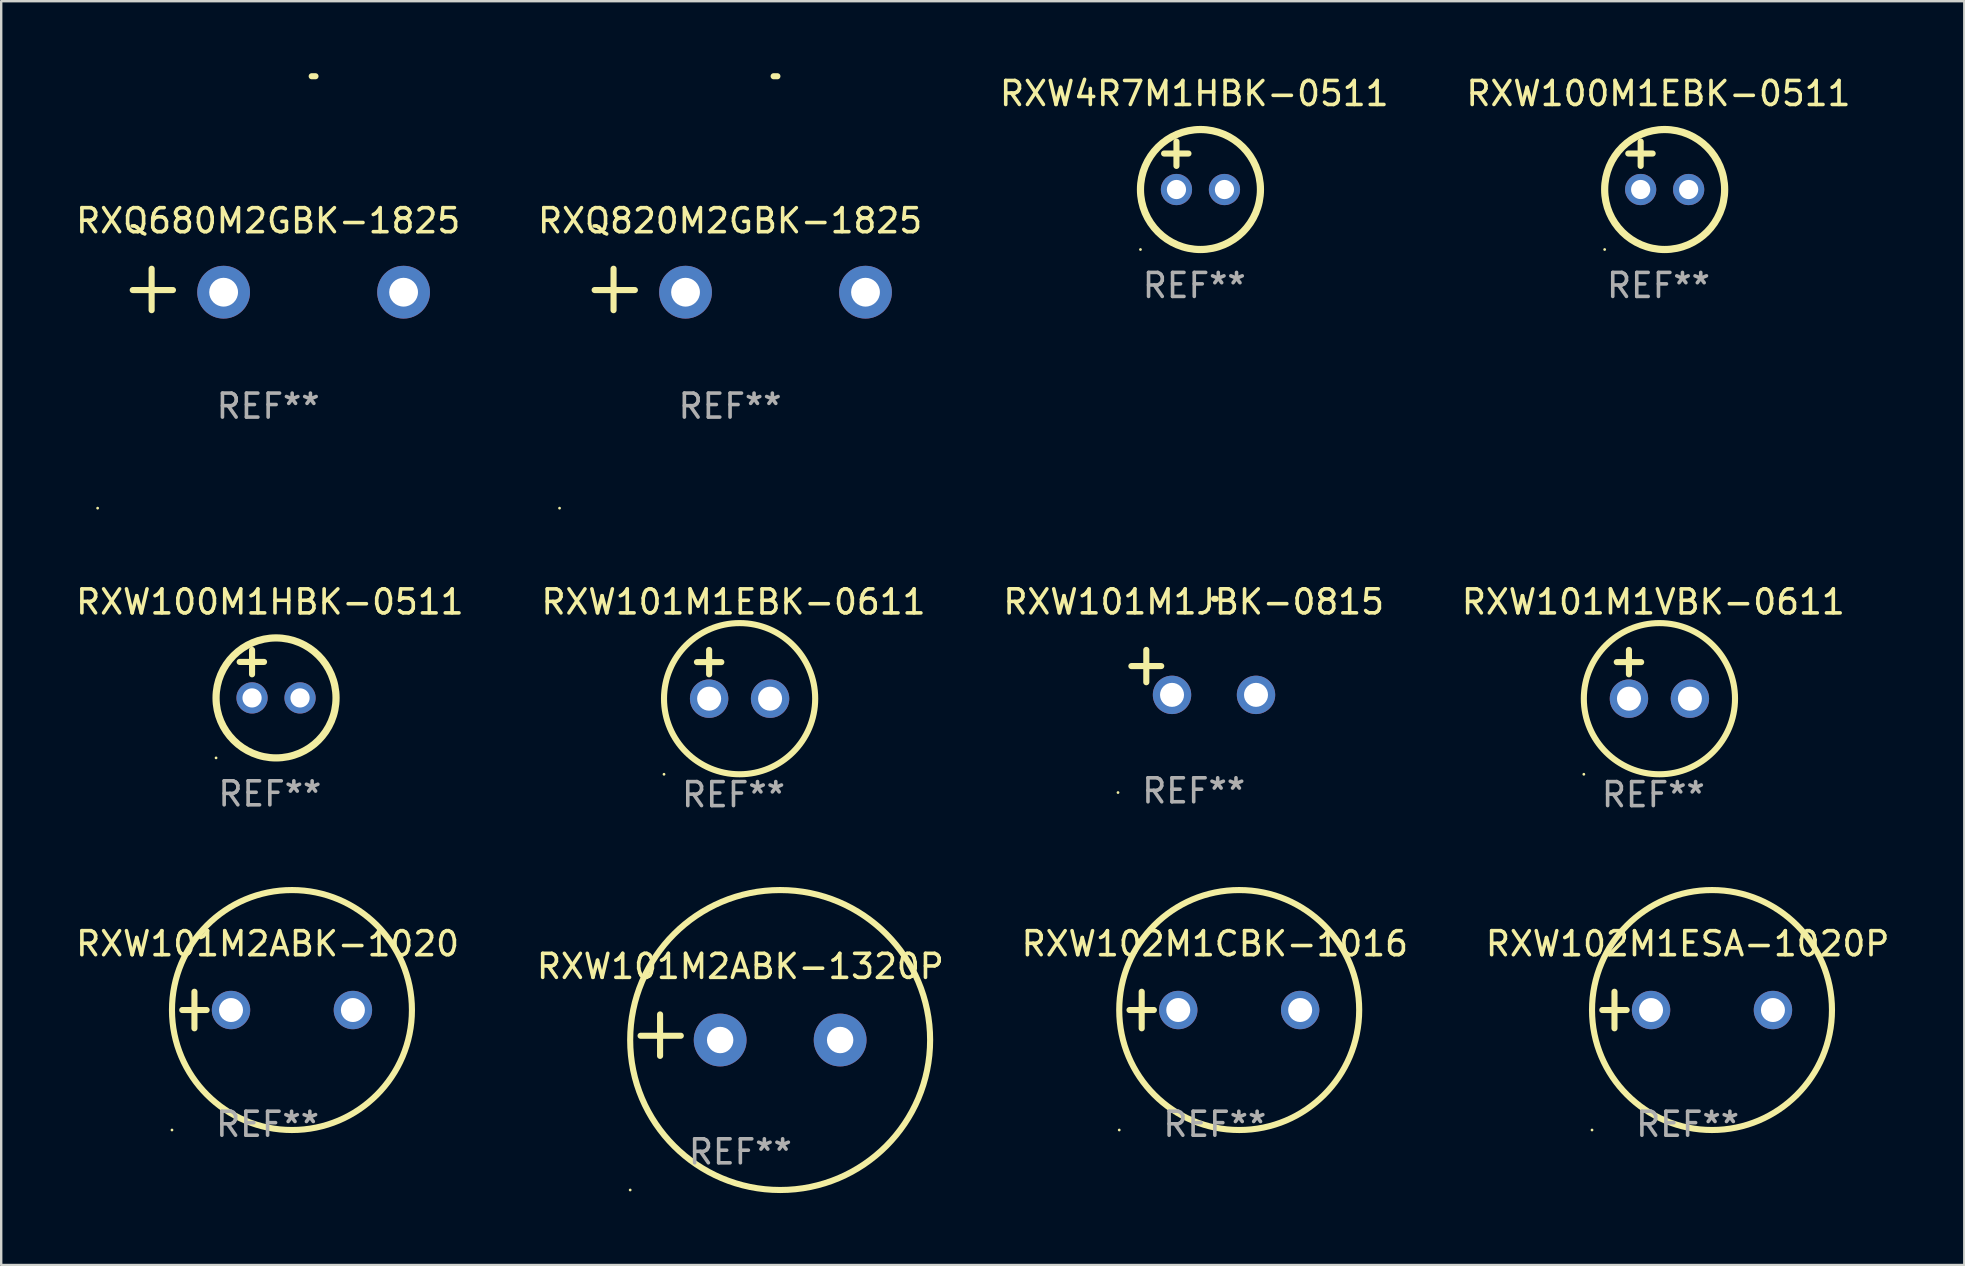
<source format=kicad_pcb>
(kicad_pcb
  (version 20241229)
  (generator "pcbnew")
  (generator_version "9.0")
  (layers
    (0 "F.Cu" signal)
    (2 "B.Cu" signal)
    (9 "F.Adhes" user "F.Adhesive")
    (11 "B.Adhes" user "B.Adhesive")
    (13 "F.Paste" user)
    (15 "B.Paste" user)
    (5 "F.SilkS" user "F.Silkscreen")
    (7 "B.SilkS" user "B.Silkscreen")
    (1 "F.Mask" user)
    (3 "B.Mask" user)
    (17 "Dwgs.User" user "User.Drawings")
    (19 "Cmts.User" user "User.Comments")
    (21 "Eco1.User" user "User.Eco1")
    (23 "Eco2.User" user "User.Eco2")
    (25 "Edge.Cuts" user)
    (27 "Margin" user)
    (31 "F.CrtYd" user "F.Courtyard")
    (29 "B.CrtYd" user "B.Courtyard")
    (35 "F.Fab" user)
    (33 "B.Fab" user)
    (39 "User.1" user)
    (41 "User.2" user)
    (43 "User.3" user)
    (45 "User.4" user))
  (footprint "RXW101M1EBK-0611"
    (layer "F.Cu")
    (at 27.518 25.051)
    (property "Reference" "RXW101M1EBK-0611" (at 0 -3.016 0) (layer "F.SilkS") (effects (font (size 1 1) (thickness 0.15))))
    (attr through_hole)
    (fp_line (start -1.524 -0.508) (end -0.508 -0.508) (stroke (width 0.254) (type solid)) (layer "F.SilkS"))
    (fp_line (start -1.016 -1.016) (end -1.016 0) (stroke (width 0.254) (type solid)) (layer "F.SilkS"))
    (fp_circle (center -2.896 4.166) (end -2.866 4.166) (stroke (width 0.06) (type solid)) (fill no) (layer "F.SilkS"))
    (fp_circle (center 0.254 1.016) (end 3.404 1.016) (stroke (width 0.254) (type solid)) (fill no) (layer "F.SilkS"))
    (fp_text user "REF**" (at 0 5.016 0) (layer "F.Fab") (effects (font (size 1 1) (thickness 0.15))))
    (pad "1" thru_hole circle (at -1.016 1.016) (size 1.6 1.6) (drill 1) (layers "*.Cu" "*.Mask"))
    (pad "2" thru_hole circle (at 1.524 1.016) (size 1.6 1.6) (drill 1) (layers "*.Cu" "*.Mask")))
  (footprint "RXW102M1ESA-1020P"
    (layer "F.Cu")
    (at 67.28 39.042)
    (property "Reference" "RXW102M1ESA-1020P" (at 0 -2.762 0) (layer "F.SilkS") (effects (font (size 1 1) (thickness 0.15))))
    (attr through_hole)
    (fp_line (start -3.556 0) (end -2.54 0) (stroke (width 0.254) (type solid)) (layer "F.SilkS"))
    (fp_line (start -3.048 -0.762) (end -3.048 0.762) (stroke (width 0.254) (type solid)) (layer "F.SilkS"))
    (fp_circle (center -3.984 5) (end -3.954 5) (stroke (width 0.06) (type solid)) (fill no) (layer "F.SilkS"))
    (fp_circle (center 1.016 0) (end 6.016 0) (stroke (width 0.254) (type solid)) (fill no) (layer "F.SilkS"))
    (fp_text user "REF**" (at 0 4.762 0) (layer "F.Fab") (effects (font (size 1 1) (thickness 0.15))))
    (pad "1" thru_hole circle (at -1.524 0) (size 1.6 1.6) (drill 1) (layers "*.Cu" "*.Mask"))
    (pad "2" thru_hole circle (at 3.556 0) (size 1.6 1.6) (drill 1) (layers "*.Cu" "*.Mask")))
  (footprint "RXQ820M2GBK-1825"
    (layer "F.Cu")
    (at 27.375 9.013)
    (property "Reference" "RXQ820M2GBK-1825" (at 0 -2.864 0) (layer "F.SilkS") (effects (font (size 1 1) (thickness 0.15))))
    (attr through_hole)
    (fp_line (start -4.856 0.864) (end -4.856 -0.864) (stroke (width 0.254) (type solid)) (layer "F.SilkS"))
    (fp_line (start -3.967 0.025) (end -5.644 0.025) (stroke (width 0.254) (type solid)) (layer "F.SilkS"))
    (fp_arc (start 1.815024 -8.885649) (mid 1.893764 -8.88599) (end 1.972504 -8.885649) (stroke (width 0.254001) (type solid)) (layer "F.SilkS"))
    (fp_circle (center -7.106 9.114) (end -7.076 9.114) (stroke (width 0.06) (type solid)) (fill no) (layer "F.SilkS"))
    (fp_text user "REF**" (at 0 4.864 0) (layer "F.Fab") (effects (font (size 1 1) (thickness 0.15))))
    (pad "1" thru_hole circle (at -1.856 0.114) (size 2.2 2.2) (drill 1.2) (layers "*.Cu" "*.Mask"))
    (pad "2" thru_hole circle (at 5.644 0.114) (size 2.2 2.2) (drill 1.2) (layers "*.Cu" "*.Mask")))
  (footprint "RXW101M1VBK-0611"
    (layer "F.Cu")
    (at 65.851 25.051)
    (property "Reference" "RXW101M1VBK-0611" (at 0 -3.016 0) (layer "F.SilkS") (effects (font (size 1 1) (thickness 0.15))))
    (attr through_hole)
    (fp_line (start -1.524 -0.508) (end -0.508 -0.508) (stroke (width 0.254) (type solid)) (layer "F.SilkS"))
    (fp_line (start -1.016 -1.016) (end -1.016 0) (stroke (width 0.254) (type solid)) (layer "F.SilkS"))
    (fp_circle (center -2.896 4.166) (end -2.866 4.166) (stroke (width 0.06) (type solid)) (fill no) (layer "F.SilkS"))
    (fp_circle (center 0.254 1.016) (end 3.404 1.016) (stroke (width 0.254) (type solid)) (fill no) (layer "F.SilkS"))
    (fp_text user "REF**" (at 0 5.016 0) (layer "F.Fab") (effects (font (size 1 1) (thickness 0.15))))
    (pad "1" thru_hole circle (at -1.016 1.016) (size 1.6 1.6) (drill 1) (layers "*.Cu" "*.Mask"))
    (pad "2" thru_hole circle (at 1.524 1.016) (size 1.6 1.6) (drill 1) (layers "*.Cu" "*.Mask")))
  (footprint "RXW4R7M1HBK-0511"
    (layer "F.Cu")
    (at 46.72 3.848)
    (property "Reference" "RXW4R7M1HBK-0511" (at 0 -3 0) (layer "F.SilkS") (effects (font (size 1 1) (thickness 0.15))))
    (attr through_hole)
    (fp_line (start -1.258 -0.5) (end -0.242 -0.5) (stroke (width 0.254) (type solid)) (layer "F.SilkS"))
    (fp_line (start -0.742 -1) (end -0.742 0.016) (stroke (width 0.254) (type solid)) (layer "F.SilkS"))
    (fp_circle (center -2.242 3.5) (end -2.212 3.5) (stroke (width 0.06) (type solid)) (fill no) (layer "F.SilkS"))
    (fp_circle (center 0.258 1) (end 2.758 1) (stroke (width 0.3) (type solid)) (fill no) (layer "F.SilkS"))
    (fp_text user "REF**" (at 0 5 0) (layer "F.Fab") (effects (font (size 1 1) (thickness 0.15))))
    (pad "1" thru_hole circle (at -0.742 1) (size 1.3 1.3) (drill 0.8) (layers "*.Cu" "*.Mask"))
    (pad "2" thru_hole circle (at 1.258 1) (size 1.3 1.3) (drill 0.8) (layers "*.Cu" "*.Mask")))
  (footprint "RXW100M1EBK-0511"
    (layer "F.Cu")
    (at 66.065 3.848)
    (property "Reference" "RXW100M1EBK-0511" (at 0 -3 0) (layer "F.SilkS") (effects (font (size 1 1) (thickness 0.15))))
    (attr through_hole)
    (fp_line (start -1.258 -0.5) (end -0.242 -0.5) (stroke (width 0.254) (type solid)) (layer "F.SilkS"))
    (fp_line (start -0.742 -1) (end -0.742 0.016) (stroke (width 0.254) (type solid)) (layer "F.SilkS"))
    (fp_circle (center -2.242 3.5) (end -2.212 3.5) (stroke (width 0.06) (type solid)) (fill no) (layer "F.SilkS"))
    (fp_circle (center 0.258 1) (end 2.758 1) (stroke (width 0.3) (type solid)) (fill no) (layer "F.SilkS"))
    (fp_text user "REF**" (at 0 5 0) (layer "F.Fab") (effects (font (size 1 1) (thickness 0.15))))
    (pad "1" thru_hole circle (at -0.742 1) (size 1.3 1.3) (drill 0.8) (layers "*.Cu" "*.Mask"))
    (pad "2" thru_hole circle (at 1.258 1) (size 1.3 1.3) (drill 0.8) (layers "*.Cu" "*.Mask")))
  (footprint "RXW101M2ABK-1020"
    (layer "F.Cu")
    (at 8.101 39.042)
    (property "Reference" "RXW101M2ABK-1020" (at 0 -2.762 0) (layer "F.SilkS") (effects (font (size 1 1) (thickness 0.15))))
    (attr through_hole)
    (fp_line (start -3.556 0) (end -2.54 0) (stroke (width 0.254) (type solid)) (layer "F.SilkS"))
    (fp_line (start -3.048 -0.762) (end -3.048 0.762) (stroke (width 0.254) (type solid)) (layer "F.SilkS"))
    (fp_circle (center -3.984 5) (end -3.954 5) (stroke (width 0.06) (type solid)) (fill no) (layer "F.SilkS"))
    (fp_circle (center 1.016 0) (end 6.016 0) (stroke (width 0.254) (type solid)) (fill no) (layer "F.SilkS"))
    (fp_text user "REF**" (at 0 4.762 0) (layer "F.Fab") (effects (font (size 1 1) (thickness 0.15))))
    (pad "1" thru_hole circle (at -1.524 0) (size 1.6 1.6) (drill 1) (layers "*.Cu" "*.Mask"))
    (pad "2" thru_hole circle (at 3.556 0) (size 1.6 1.6) (drill 1) (layers "*.Cu" "*.Mask")))
  (footprint "RXW101M1JBK-0815"
    (layer "F.Cu")
    (at 46.696 24.971)
    (property "Reference" "RXW101M1JBK-0815" (at 0 -2.937 0) (layer "F.SilkS") (effects (font (size 1 1) (thickness 0.15))))
    (attr through_hole)
    (fp_line (start -1.975 0.41) (end -1.975 -0.937) (stroke (width 0.254) (type solid)) (layer "F.SilkS"))
    (fp_line (start -1.353 -0.263) (end -2.597 -0.263) (stroke (width 0.254) (type solid)) (layer "F.SilkS"))
    (fp_arc (start 0.849809 -3.063957) (mid 0.885369 -3.064114) (end 0.920929 -3.063957) (stroke (width 0.254001) (type solid)) (layer "F.SilkS"))
    (fp_circle (center -3.154 5.008) (end -3.124 5.008) (stroke (width 0.06) (type solid)) (fill no) (layer "F.SilkS"))
    (fp_text user "REF**" (at 0 4.937 0) (layer "F.Fab") (effects (font (size 1 1) (thickness 0.15))))
    (pad "1" thru_hole circle (at -0.903 0.937) (size 1.6 1.6) (drill 1) (layers "*.Cu" "*.Mask"))
    (pad "2" thru_hole circle (at 2.597 0.937) (size 1.6 1.6) (drill 1) (layers "*.Cu" "*.Mask")))
  (footprint "RXW101M2ABK-1320P"
    (layer "F.Cu")
    (at 27.804 40.089)
    (property "Reference" "RXW101M2ABK-1320P" (at 0 -2.864 0) (layer "F.SilkS") (effects (font (size 1 1) (thickness 0.15))))
    (attr through_hole)
    (fp_line (start -3.346 0.864) (end -3.346 -0.864) (stroke (width 0.254) (type solid)) (layer "F.SilkS"))
    (fp_line (start -2.482 0.025) (end -4.158 0.025) (stroke (width 0.254) (type solid)) (layer "F.SilkS"))
    (fp_circle (center -4.592 6.453) (end -4.562 6.453) (stroke (width 0.06) (type solid)) (fill no) (layer "F.SilkS"))
    (fp_circle (center 1.658 0.203) (end 7.908 0.203) (stroke (width 0.254) (type solid)) (fill no) (layer "F.SilkS"))
    (fp_text user "REF**" (at 0 4.864 0) (layer "F.Fab") (effects (font (size 1 1) (thickness 0.15))))
    (pad "1" thru_hole circle (at -0.842 0.203) (size 2.2 2.2) (drill 1.1) (layers "*.Cu" "*.Mask"))
    (pad "2" thru_hole circle (at 4.158 0.203) (size 2.2 2.2) (drill 1.1) (layers "*.Cu" "*.Mask")))
  (footprint "RXW102M1CBK-1016"
    (layer "F.Cu")
    (at 47.577 39.042)
    (property "Reference" "RXW102M1CBK-1016" (at 0 -2.762 0) (layer "F.SilkS") (effects (font (size 1 1) (thickness 0.15))))
    (attr through_hole)
    (fp_line (start -3.556 0) (end -2.54 0) (stroke (width 0.254) (type solid)) (layer "F.SilkS"))
    (fp_line (start -3.048 -0.762) (end -3.048 0.762) (stroke (width 0.254) (type solid)) (layer "F.SilkS"))
    (fp_circle (center -3.984 5) (end -3.954 5) (stroke (width 0.06) (type solid)) (fill no) (layer "F.SilkS"))
    (fp_circle (center 1.016 0) (end 6.016 0) (stroke (width 0.254) (type solid)) (fill no) (layer "F.SilkS"))
    (fp_text user "REF**" (at 0 4.762 0) (layer "F.Fab") (effects (font (size 1 1) (thickness 0.15))))
    (pad "1" thru_hole circle (at -1.524 0) (size 1.6 1.6) (drill 1) (layers "*.Cu" "*.Mask"))
    (pad "2" thru_hole circle (at 3.556 0) (size 1.6 1.6) (drill 1) (layers "*.Cu" "*.Mask")))
  (footprint "RXQ680M2GBK-1825"
    (layer "F.Cu")
    (at 8.125 9.013)
    (property "Reference" "RXQ680M2GBK-1825" (at 0 -2.864 0) (layer "F.SilkS") (effects (font (size 1 1) (thickness 0.15))))
    (attr through_hole)
    (fp_line (start -4.856 0.864) (end -4.856 -0.864) (stroke (width 0.254) (type solid)) (layer "F.SilkS"))
    (fp_line (start -3.967 0.025) (end -5.644 0.025) (stroke (width 0.254) (type solid)) (layer "F.SilkS"))
    (fp_arc (start 1.815024 -8.885649) (mid 1.893764 -8.88599) (end 1.972504 -8.885649) (stroke (width 0.254001) (type solid)) (layer "F.SilkS"))
    (fp_circle (center -7.106 9.114) (end -7.076 9.114) (stroke (width 0.06) (type solid)) (fill no) (layer "F.SilkS"))
    (fp_text user "REF**" (at 0 4.864 0) (layer "F.Fab") (effects (font (size 1 1) (thickness 0.15))))
    (pad "1" thru_hole circle (at -1.856 0.114) (size 2.2 2.2) (drill 1.2) (layers "*.Cu" "*.Mask"))
    (pad "2" thru_hole circle (at 5.644 0.114) (size 2.2 2.2) (drill 1.2) (layers "*.Cu" "*.Mask")))
  (footprint "RXW100M1HBK-0511"
    (layer "F.Cu")
    (at 8.196 25.035)
    (property "Reference" "RXW100M1HBK-0511" (at 0 -3 0) (layer "F.SilkS") (effects (font (size 1 1) (thickness 0.15))))
    (attr through_hole)
    (fp_line (start -1.258 -0.5) (end -0.242 -0.5) (stroke (width 0.254) (type solid)) (layer "F.SilkS"))
    (fp_line (start -0.742 -1) (end -0.742 0.016) (stroke (width 0.254) (type solid)) (layer "F.SilkS"))
    (fp_circle (center -2.242 3.5) (end -2.212 3.5) (stroke (width 0.06) (type solid)) (fill no) (layer "F.SilkS"))
    (fp_circle (center 0.258 1) (end 2.758 1) (stroke (width 0.3) (type solid)) (fill no) (layer "F.SilkS"))
    (fp_text user "REF**" (at 0 5 0) (layer "F.Fab") (effects (font (size 1 1) (thickness 0.15))))
    (pad "1" thru_hole circle (at -0.742 1) (size 1.3 1.3) (drill 0.8) (layers "*.Cu" "*.Mask"))
    (pad "2" thru_hole circle (at 1.258 1) (size 1.3 1.3) (drill 0.8) (layers "*.Cu" "*.Mask")))
  (gr_rect
    (start -3 -3)
    (end 78.81 49.669)
    (stroke (width 0.1) (type default))
    (fill no)
    (layer "Edge.Cuts")))
</source>
